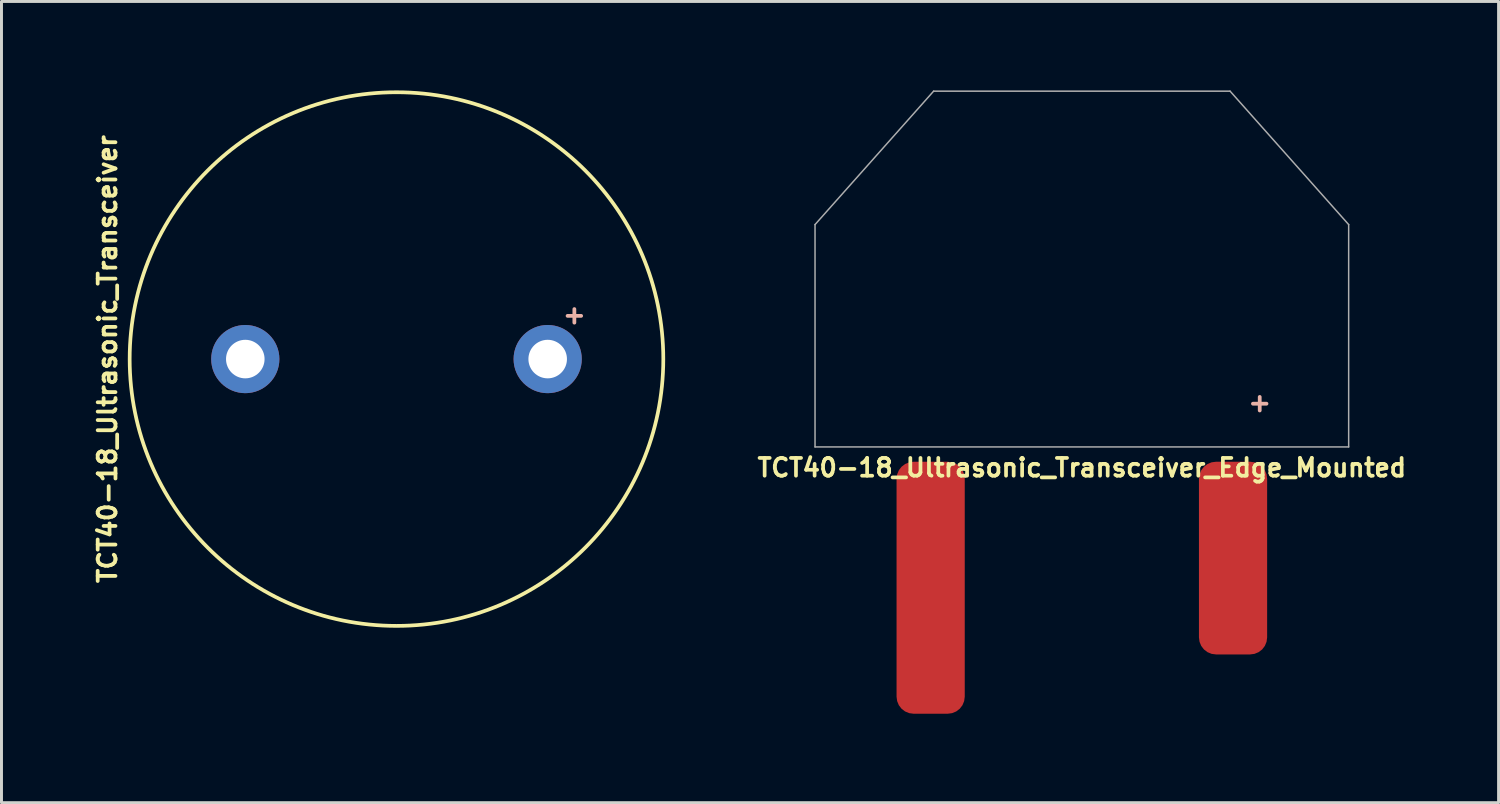
<source format=kicad_pcb>
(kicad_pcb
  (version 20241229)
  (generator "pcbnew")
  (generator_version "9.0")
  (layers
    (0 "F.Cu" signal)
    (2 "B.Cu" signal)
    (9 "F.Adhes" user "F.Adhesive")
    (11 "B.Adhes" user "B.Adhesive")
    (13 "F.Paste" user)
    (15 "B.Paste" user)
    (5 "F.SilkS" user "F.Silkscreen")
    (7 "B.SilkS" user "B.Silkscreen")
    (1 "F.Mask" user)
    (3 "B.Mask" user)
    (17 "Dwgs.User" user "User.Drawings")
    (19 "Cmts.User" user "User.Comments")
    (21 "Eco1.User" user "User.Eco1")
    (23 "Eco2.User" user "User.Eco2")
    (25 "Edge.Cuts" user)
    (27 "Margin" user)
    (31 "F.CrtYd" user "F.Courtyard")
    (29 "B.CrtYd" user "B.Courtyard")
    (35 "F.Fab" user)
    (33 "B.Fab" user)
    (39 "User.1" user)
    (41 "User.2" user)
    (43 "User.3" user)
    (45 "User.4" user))
  (footprint "TCT40-18_Ultrasonic_Transceiver"
    (layer "F.Cu")
    (at 10.324 9.062)
    (property "Reference" "TCT40-18_Ultrasonic_Transceiver" (at -9.75 0 270) (layer "F.SilkS") (effects (font (size 0.6 0.6) (thickness 0.127))))
    (attr through_hole)
    (fp_circle (center 0 0) (end 0 -9) (stroke (width 0.125) (type solid)) (fill no) (layer "F.SilkS"))
    (fp_text user "+" (at 6 -1.5 0) (layer "B.SilkS") (effects (font (size 0.6 0.6) (thickness 0.127)) (justify mirror)))
    (pad "1" thru_hole circle (at -5.1 0) (size 2.3 2.3) (drill 1.3) (layers "*.Cu" "*.Mask"))
    (pad "2" thru_hole circle (at 5.1 0) (size 2.3 2.3) (drill 1.3) (layers "*.Cu" "*.Mask")))
  (footprint "TCT40-18_Ultrasonic_Transceiver_Edge_Mounted"
    (layer "F.Cu")
    (at 33.442 12.025)
    (property "Reference" "TCT40-18_Ultrasonic_Transceiver_Edge_Mounted" (at 0 0.7 0) (layer "F.SilkS") (effects (font (size 0.6 0.6) (thickness 0.125))))
    (attr through_hole)
    (fp_line (start -9 -7.5) (end -9 0) (stroke (width 0.05) (type solid)) (layer "F.Fab"))
    (fp_line (start -5 -12) (end -9 -7.5) (stroke (width 0.05) (type solid)) (layer "F.Fab"))
    (fp_line (start -5 -12) (end 5 -12) (stroke (width 0.05) (type solid)) (layer "F.Fab"))
    (fp_line (start 5 -12) (end 9 -7.5) (stroke (width 0.05) (type solid)) (layer "F.Fab"))
    (fp_line (start 9 -7.5) (end 9 0) (stroke (width 0.05) (type solid)) (layer "F.Fab"))
    (fp_line (start 9 0) (end -9 0) (stroke (width 0.05) (type solid)) (layer "F.Fab"))
    (fp_text user "+" (at 6 -1.5 0) (layer "B.SilkS") (effects (font (size 0.6 0.6) (thickness 0.127)) (justify mirror)))
    (pad "1" connect roundrect (at -5.1 4.75) (size 2.3 8.5) (layers "F.Cu" "F.Mask") (roundrect_rratio 0.25))
    (pad "2" connect roundrect (at 5.1 3.75) (size 2.3 6.5) (layers "F.Cu" "F.Mask") (roundrect_rratio 0.25)))
  (gr_rect
    (start -3 -3)
    (end 47.499 24.025)
    (stroke (width 0.1) (type default))
    (fill no)
    (layer "Edge.Cuts")))
</source>
